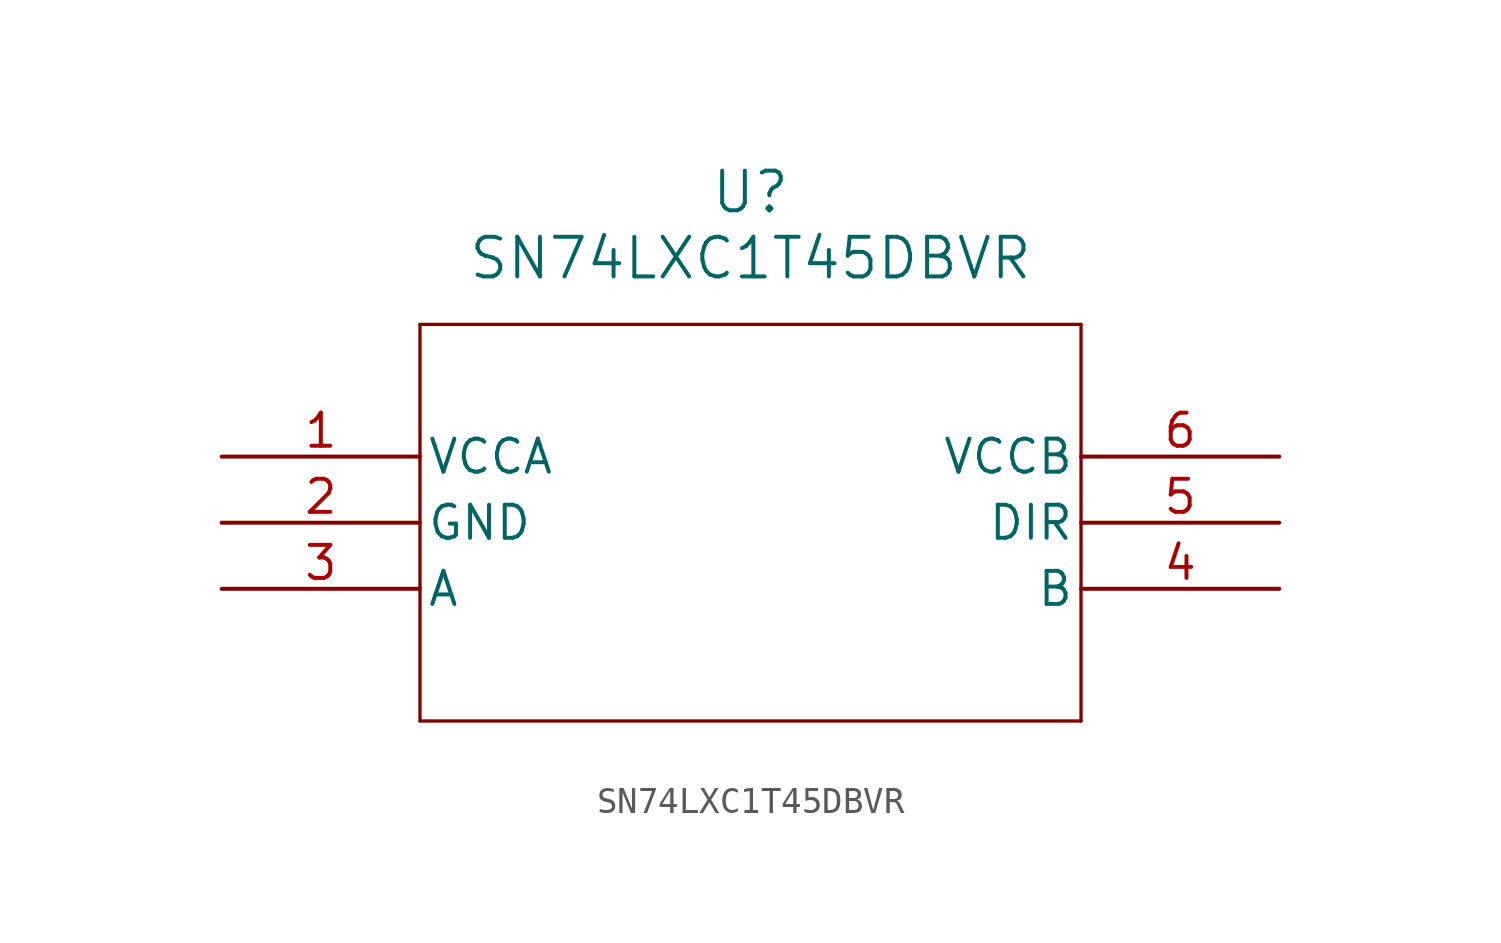
<source format=kicad_sym>
(kicad_symbol_lib
  (version 20220914)
  (generator kicad_symbol_editor)
  (symbol "SN74LXC1T45DBVR"
    (pin_names
      (offset 0.254))
    (property "Reference" "U"
      (at 20.32 10.16 0)
      (effects (font (size 1.524 1.524))))
    (property "Value" "SN74LXC1T45DBVR"
      (at 20.32 7.62 0)
      (effects (font (size 1.524 1.524))))
    (symbol "SN74LXC1T45DBVR_0_1"
      (polyline (pts (xy 7.62 -10.16) (xy 33.02 -10.16)) (stroke (width 0.127) (type default)) (fill (type none)))
      (polyline (pts (xy 7.62 5.08) (xy 7.62 -10.16)) (stroke (width 0.127) (type default)) (fill (type none)))
      (polyline (pts (xy 33.02 -10.16) (xy 33.02 5.08)) (stroke (width 0.127) (type default)) (fill (type none)))
      (polyline (pts (xy 33.02 5.08) (xy 7.62 5.08)) (stroke (width 0.127) (type default)) (fill (type none)))
      (pin power_in line (at 0 0 0) (length 7.62) (name "VCCA" (effects (font (size 1.27 1.27)))) (number "1" (effects (font (size 1.27 1.27)))))
      (pin bidirectional line (at 0 -5.08 0) (length 7.62) (name "A" (effects (font (size 1.27 1.27)))) (number "3" (effects (font (size 1.27 1.27)))))
      (pin bidirectional line (at 40.64 -5.08 180) (length 7.62) (name "B" (effects (font (size 1.27 1.27)))) (number "4" (effects (font (size 1.27 1.27)))))
      (pin input line (at 40.64 -2.54 180) (length 7.62) (name "DIR" (effects (font (size 1.27 1.27)))) (number "5" (effects (font (size 1.27 1.27)))))
      (pin power_in line (at 40.64 0 180) (length 7.62) (name "VCCB" (effects (font (size 1.27 1.27)))) (number "6" (effects (font (size 1.27 1.27))))))
    (symbol "SN74LXC1T45DBVR_1_1"
      (pin power_in line (at 0 -2.54 0) (length 7.62) (name "GND" (effects (font (size 1.27 1.27)))) (number "2" (effects (font (size 1.27 1.27))))))))
</source>
